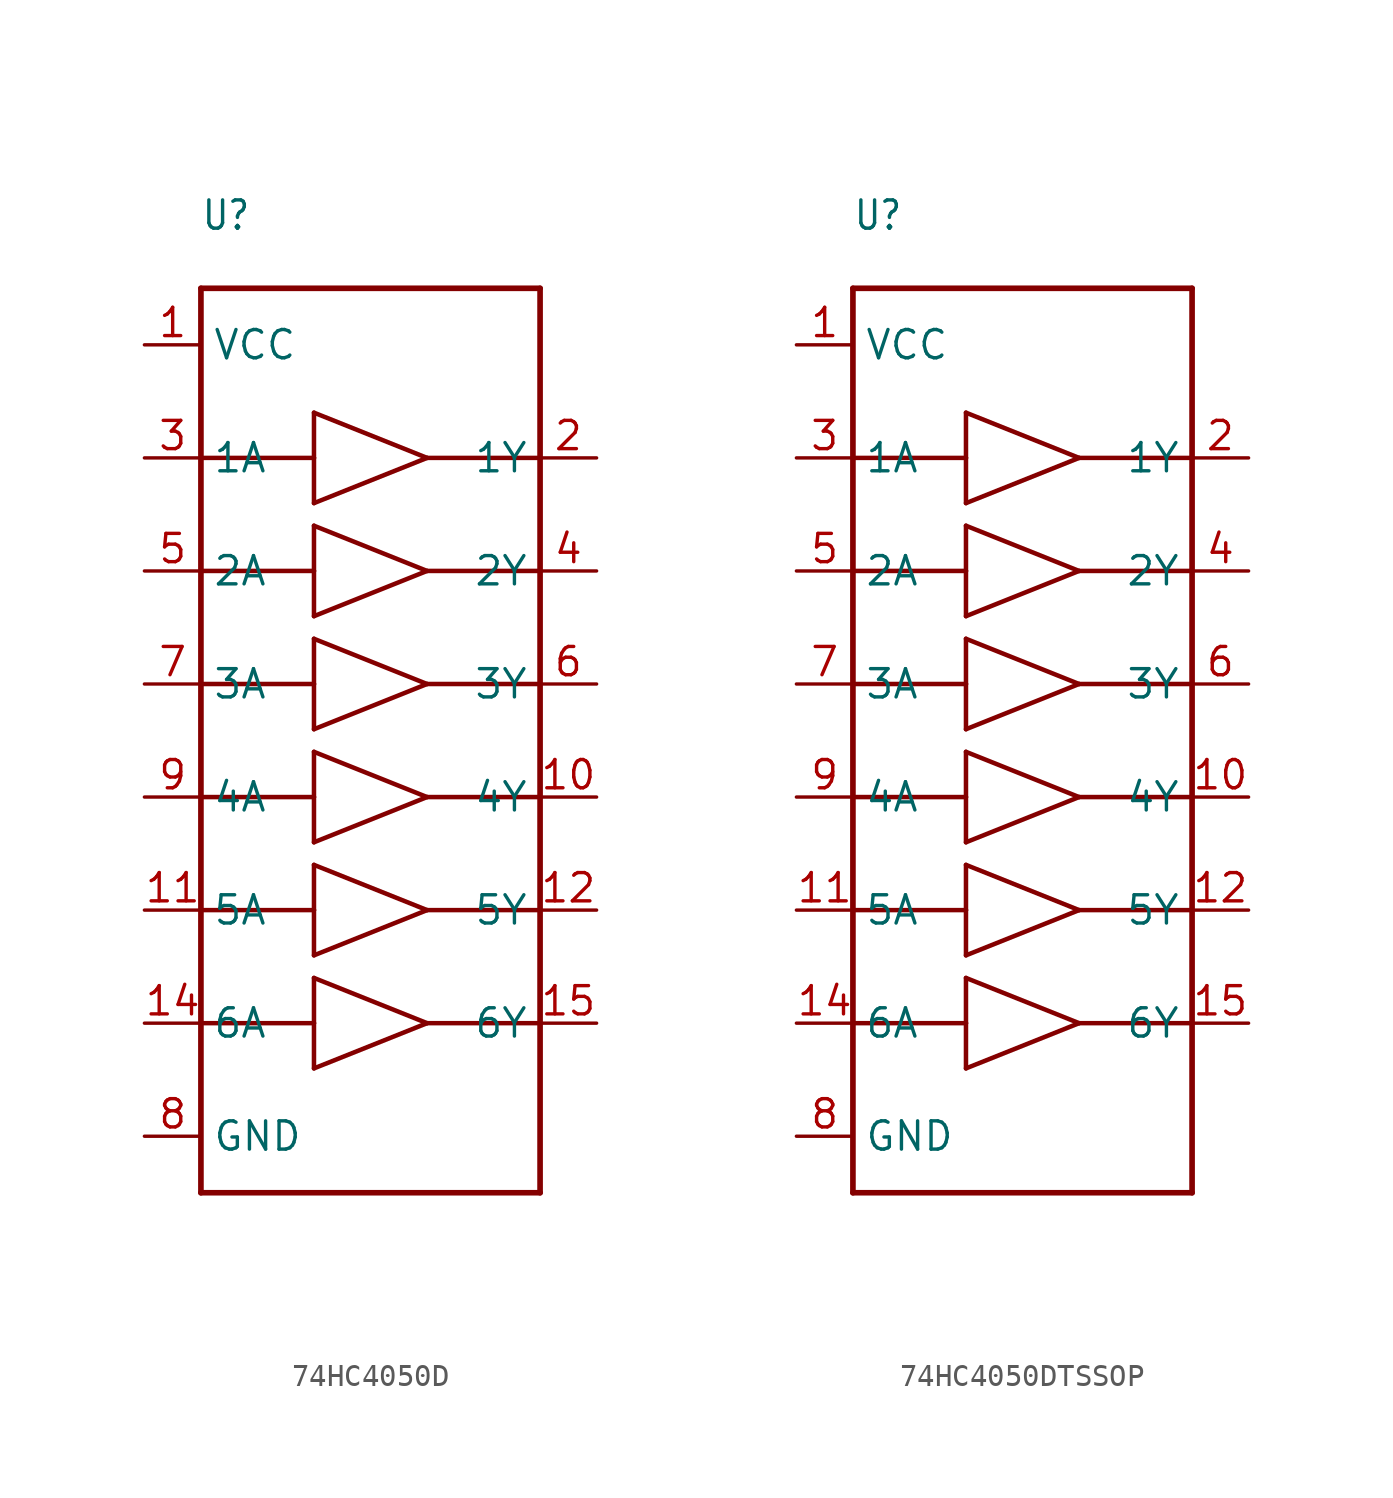
<source format=kicad_sym>
(kicad_symbol_lib
  (version 20231120)
  (generator "kicad_symbol_editor")
  (generator_version "8.0")
  (symbol "74HC4050D"
    (property "Reference" "U"
      (at -7.62 22.86 0)
      (effects (font (size 1.27 1.079)) (justify left bottom)))
    (property "Value" ""
      (at -7.62 -22.86 0)
      (effects (font (size 1.27 1.079)) (justify left bottom)))
    (property "ki_locked" ""
      (at 0 0 0)
      (effects (font (size 1.27 1.27))))
    (symbol "74HC4050D_1_0"
      (polyline (pts (xy -7.62 -20.32) (xy -7.62 20.32)) (stroke (width 0.254) (type solid)) (fill (type none)))
      (polyline (pts (xy -7.62 -12.7) (xy -2.54 -12.7)) (stroke (width 0.203) (type solid)) (fill (type none)))
      (polyline (pts (xy -7.62 -7.62) (xy -2.54 -7.62)) (stroke (width 0.203) (type solid)) (fill (type none)))
      (polyline (pts (xy -7.62 -2.54) (xy -2.54 -2.54)) (stroke (width 0.203) (type solid)) (fill (type none)))
      (polyline (pts (xy -7.62 2.54) (xy -2.54 2.54)) (stroke (width 0.203) (type solid)) (fill (type none)))
      (polyline (pts (xy -7.62 7.62) (xy -2.54 7.62)) (stroke (width 0.203) (type solid)) (fill (type none)))
      (polyline (pts (xy -7.62 12.7) (xy -2.54 12.7)) (stroke (width 0.203) (type solid)) (fill (type none)))
      (polyline (pts (xy -7.62 20.32) (xy 7.62 20.32)) (stroke (width 0.254) (type solid)) (fill (type none)))
      (polyline (pts (xy -2.54 -14.732) (xy -2.54 -12.7)) (stroke (width 0.203) (type solid)) (fill (type none)))
      (polyline (pts (xy -2.54 -14.732) (xy 2.54 -12.7)) (stroke (width 0.203) (type solid)) (fill (type none)))
      (polyline (pts (xy -2.54 -12.7) (xy -2.54 -10.668)) (stroke (width 0.203) (type solid)) (fill (type none)))
      (polyline (pts (xy -2.54 -9.652) (xy -2.54 -7.62)) (stroke (width 0.203) (type solid)) (fill (type none)))
      (polyline (pts (xy -2.54 -9.652) (xy 2.54 -7.62)) (stroke (width 0.203) (type solid)) (fill (type none)))
      (polyline (pts (xy -2.54 -7.62) (xy -2.54 -5.588)) (stroke (width 0.203) (type solid)) (fill (type none)))
      (polyline (pts (xy -2.54 -4.572) (xy -2.54 -2.54)) (stroke (width 0.203) (type solid)) (fill (type none)))
      (polyline (pts (xy -2.54 -4.572) (xy 2.54 -2.54)) (stroke (width 0.203) (type solid)) (fill (type none)))
      (polyline (pts (xy -2.54 -2.54) (xy -2.54 -0.508)) (stroke (width 0.203) (type solid)) (fill (type none)))
      (polyline (pts (xy -2.54 0.508) (xy -2.54 2.54)) (stroke (width 0.203) (type solid)) (fill (type none)))
      (polyline (pts (xy -2.54 0.508) (xy 2.54 2.54)) (stroke (width 0.203) (type solid)) (fill (type none)))
      (polyline (pts (xy -2.54 2.54) (xy -2.54 4.572)) (stroke (width 0.203) (type solid)) (fill (type none)))
      (polyline (pts (xy -2.54 5.588) (xy -2.54 7.62)) (stroke (width 0.203) (type solid)) (fill (type none)))
      (polyline (pts (xy -2.54 5.588) (xy 2.54 7.62)) (stroke (width 0.203) (type solid)) (fill (type none)))
      (polyline (pts (xy -2.54 7.62) (xy -2.54 9.652)) (stroke (width 0.203) (type solid)) (fill (type none)))
      (polyline (pts (xy -2.54 10.668) (xy -2.54 12.7)) (stroke (width 0.203) (type solid)) (fill (type none)))
      (polyline (pts (xy -2.54 10.668) (xy 2.54 12.7)) (stroke (width 0.203) (type solid)) (fill (type none)))
      (polyline (pts (xy -2.54 12.7) (xy -2.54 14.732)) (stroke (width 0.203) (type solid)) (fill (type none)))
      (polyline (pts (xy 2.54 -12.7) (xy -2.54 -10.668)) (stroke (width 0.203) (type solid)) (fill (type none)))
      (polyline (pts (xy 2.54 -12.7) (xy 7.62 -12.7)) (stroke (width 0.203) (type solid)) (fill (type none)))
      (polyline (pts (xy 2.54 -7.62) (xy -2.54 -5.588)) (stroke (width 0.203) (type solid)) (fill (type none)))
      (polyline (pts (xy 2.54 -7.62) (xy 7.62 -7.62)) (stroke (width 0.203) (type solid)) (fill (type none)))
      (polyline (pts (xy 2.54 -2.54) (xy -2.54 -0.508)) (stroke (width 0.203) (type solid)) (fill (type none)))
      (polyline (pts (xy 2.54 -2.54) (xy 7.62 -2.54)) (stroke (width 0.203) (type solid)) (fill (type none)))
      (polyline (pts (xy 2.54 2.54) (xy -2.54 4.572)) (stroke (width 0.203) (type solid)) (fill (type none)))
      (polyline (pts (xy 2.54 2.54) (xy 7.62 2.54)) (stroke (width 0.203) (type solid)) (fill (type none)))
      (polyline (pts (xy 2.54 7.62) (xy -2.54 9.652)) (stroke (width 0.203) (type solid)) (fill (type none)))
      (polyline (pts (xy 2.54 7.62) (xy 7.62 7.62)) (stroke (width 0.203) (type solid)) (fill (type none)))
      (polyline (pts (xy 2.54 12.7) (xy -2.54 14.732)) (stroke (width 0.203) (type solid)) (fill (type none)))
      (polyline (pts (xy 2.54 12.7) (xy 7.62 12.7)) (stroke (width 0.203) (type solid)) (fill (type none)))
      (polyline (pts (xy 7.62 -20.32) (xy -7.62 -20.32)) (stroke (width 0.254) (type solid)) (fill (type none)))
      (polyline (pts (xy 7.62 12.7) (xy 7.62 -20.32)) (stroke (width 0.254) (type solid)) (fill (type none)))
      (polyline (pts (xy 7.62 20.32) (xy 7.62 12.7)) (stroke (width 0.254) (type solid)) (fill (type none)))
      (pin bidirectional line (at -10.16 17.78 0) (length 2.54) (name "VCC" (effects (font (size 1.27 1.27)))) (number "1" (effects (font (size 1.27 1.27)))))
      (pin bidirectional line (at 10.16 -2.54 180) (length 2.54) (name "4Y" (effects (font (size 1.27 1.27)))) (number "10" (effects (font (size 1.27 1.27)))))
      (pin bidirectional line (at -10.16 -7.62 0) (length 2.54) (name "5A" (effects (font (size 1.27 1.27)))) (number "11" (effects (font (size 1.27 1.27)))))
      (pin bidirectional line (at 10.16 -7.62 180) (length 2.54) (name "5Y" (effects (font (size 1.27 1.27)))) (number "12" (effects (font (size 1.27 1.27)))))
      (pin bidirectional line (at -10.16 -12.7 0) (length 2.54) (name "6A" (effects (font (size 1.27 1.27)))) (number "14" (effects (font (size 1.27 1.27)))))
      (pin bidirectional line (at 10.16 -12.7 180) (length 2.54) (name "6Y" (effects (font (size 1.27 1.27)))) (number "15" (effects (font (size 1.27 1.27)))))
      (pin bidirectional line (at 10.16 12.7 180) (length 2.54) (name "1Y" (effects (font (size 1.27 1.27)))) (number "2" (effects (font (size 1.27 1.27)))))
      (pin bidirectional line (at -10.16 12.7 0) (length 2.54) (name "1A" (effects (font (size 1.27 1.27)))) (number "3" (effects (font (size 1.27 1.27)))))
      (pin bidirectional line (at 10.16 7.62 180) (length 2.54) (name "2Y" (effects (font (size 1.27 1.27)))) (number "4" (effects (font (size 1.27 1.27)))))
      (pin bidirectional line (at -10.16 7.62 0) (length 2.54) (name "2A" (effects (font (size 1.27 1.27)))) (number "5" (effects (font (size 1.27 1.27)))))
      (pin bidirectional line (at 10.16 2.54 180) (length 2.54) (name "3Y" (effects (font (size 1.27 1.27)))) (number "6" (effects (font (size 1.27 1.27)))))
      (pin bidirectional line (at -10.16 2.54 0) (length 2.54) (name "3A" (effects (font (size 1.27 1.27)))) (number "7" (effects (font (size 1.27 1.27)))))
      (pin bidirectional line (at -10.16 -17.78 0) (length 2.54) (name "GND" (effects (font (size 1.27 1.27)))) (number "8" (effects (font (size 1.27 1.27)))))
      (pin bidirectional line (at -10.16 -2.54 0) (length 2.54) (name "4A" (effects (font (size 1.27 1.27)))) (number "9" (effects (font (size 1.27 1.27)))))))
  (symbol "74HC4050DTSSOP"
    (property "Reference" "U"
      (at -7.62 22.86 0)
      (effects (font (size 1.27 1.079)) (justify left bottom)))
    (property "Value" ""
      (at -7.62 -22.86 0)
      (effects (font (size 1.27 1.079)) (justify left bottom)))
    (property "ki_locked" ""
      (at 0 0 0)
      (effects (font (size 1.27 1.27))))
    (symbol "74HC4050DTSSOP_1_0"
      (polyline (pts (xy -7.62 -20.32) (xy -7.62 20.32)) (stroke (width 0.254) (type solid)) (fill (type none)))
      (polyline (pts (xy -7.62 -12.7) (xy -2.54 -12.7)) (stroke (width 0.203) (type solid)) (fill (type none)))
      (polyline (pts (xy -7.62 -7.62) (xy -2.54 -7.62)) (stroke (width 0.203) (type solid)) (fill (type none)))
      (polyline (pts (xy -7.62 -2.54) (xy -2.54 -2.54)) (stroke (width 0.203) (type solid)) (fill (type none)))
      (polyline (pts (xy -7.62 2.54) (xy -2.54 2.54)) (stroke (width 0.203) (type solid)) (fill (type none)))
      (polyline (pts (xy -7.62 7.62) (xy -2.54 7.62)) (stroke (width 0.203) (type solid)) (fill (type none)))
      (polyline (pts (xy -7.62 12.7) (xy -2.54 12.7)) (stroke (width 0.203) (type solid)) (fill (type none)))
      (polyline (pts (xy -7.62 20.32) (xy 7.62 20.32)) (stroke (width 0.254) (type solid)) (fill (type none)))
      (polyline (pts (xy -2.54 -14.732) (xy -2.54 -12.7)) (stroke (width 0.203) (type solid)) (fill (type none)))
      (polyline (pts (xy -2.54 -14.732) (xy 2.54 -12.7)) (stroke (width 0.203) (type solid)) (fill (type none)))
      (polyline (pts (xy -2.54 -12.7) (xy -2.54 -10.668)) (stroke (width 0.203) (type solid)) (fill (type none)))
      (polyline (pts (xy -2.54 -9.652) (xy -2.54 -7.62)) (stroke (width 0.203) (type solid)) (fill (type none)))
      (polyline (pts (xy -2.54 -9.652) (xy 2.54 -7.62)) (stroke (width 0.203) (type solid)) (fill (type none)))
      (polyline (pts (xy -2.54 -7.62) (xy -2.54 -5.588)) (stroke (width 0.203) (type solid)) (fill (type none)))
      (polyline (pts (xy -2.54 -4.572) (xy -2.54 -2.54)) (stroke (width 0.203) (type solid)) (fill (type none)))
      (polyline (pts (xy -2.54 -4.572) (xy 2.54 -2.54)) (stroke (width 0.203) (type solid)) (fill (type none)))
      (polyline (pts (xy -2.54 -2.54) (xy -2.54 -0.508)) (stroke (width 0.203) (type solid)) (fill (type none)))
      (polyline (pts (xy -2.54 0.508) (xy -2.54 2.54)) (stroke (width 0.203) (type solid)) (fill (type none)))
      (polyline (pts (xy -2.54 0.508) (xy 2.54 2.54)) (stroke (width 0.203) (type solid)) (fill (type none)))
      (polyline (pts (xy -2.54 2.54) (xy -2.54 4.572)) (stroke (width 0.203) (type solid)) (fill (type none)))
      (polyline (pts (xy -2.54 5.588) (xy -2.54 7.62)) (stroke (width 0.203) (type solid)) (fill (type none)))
      (polyline (pts (xy -2.54 5.588) (xy 2.54 7.62)) (stroke (width 0.203) (type solid)) (fill (type none)))
      (polyline (pts (xy -2.54 7.62) (xy -2.54 9.652)) (stroke (width 0.203) (type solid)) (fill (type none)))
      (polyline (pts (xy -2.54 10.668) (xy -2.54 12.7)) (stroke (width 0.203) (type solid)) (fill (type none)))
      (polyline (pts (xy -2.54 10.668) (xy 2.54 12.7)) (stroke (width 0.203) (type solid)) (fill (type none)))
      (polyline (pts (xy -2.54 12.7) (xy -2.54 14.732)) (stroke (width 0.203) (type solid)) (fill (type none)))
      (polyline (pts (xy 2.54 -12.7) (xy -2.54 -10.668)) (stroke (width 0.203) (type solid)) (fill (type none)))
      (polyline (pts (xy 2.54 -12.7) (xy 7.62 -12.7)) (stroke (width 0.203) (type solid)) (fill (type none)))
      (polyline (pts (xy 2.54 -7.62) (xy -2.54 -5.588)) (stroke (width 0.203) (type solid)) (fill (type none)))
      (polyline (pts (xy 2.54 -7.62) (xy 7.62 -7.62)) (stroke (width 0.203) (type solid)) (fill (type none)))
      (polyline (pts (xy 2.54 -2.54) (xy -2.54 -0.508)) (stroke (width 0.203) (type solid)) (fill (type none)))
      (polyline (pts (xy 2.54 -2.54) (xy 7.62 -2.54)) (stroke (width 0.203) (type solid)) (fill (type none)))
      (polyline (pts (xy 2.54 2.54) (xy -2.54 4.572)) (stroke (width 0.203) (type solid)) (fill (type none)))
      (polyline (pts (xy 2.54 2.54) (xy 7.62 2.54)) (stroke (width 0.203) (type solid)) (fill (type none)))
      (polyline (pts (xy 2.54 7.62) (xy -2.54 9.652)) (stroke (width 0.203) (type solid)) (fill (type none)))
      (polyline (pts (xy 2.54 7.62) (xy 7.62 7.62)) (stroke (width 0.203) (type solid)) (fill (type none)))
      (polyline (pts (xy 2.54 12.7) (xy -2.54 14.732)) (stroke (width 0.203) (type solid)) (fill (type none)))
      (polyline (pts (xy 2.54 12.7) (xy 7.62 12.7)) (stroke (width 0.203) (type solid)) (fill (type none)))
      (polyline (pts (xy 7.62 -20.32) (xy -7.62 -20.32)) (stroke (width 0.254) (type solid)) (fill (type none)))
      (polyline (pts (xy 7.62 12.7) (xy 7.62 -20.32)) (stroke (width 0.254) (type solid)) (fill (type none)))
      (polyline (pts (xy 7.62 20.32) (xy 7.62 12.7)) (stroke (width 0.254) (type solid)) (fill (type none)))
      (pin bidirectional line (at -10.16 17.78 0) (length 2.54) (name "VCC" (effects (font (size 1.27 1.27)))) (number "1" (effects (font (size 1.27 1.27)))))
      (pin bidirectional line (at 10.16 -2.54 180) (length 2.54) (name "4Y" (effects (font (size 1.27 1.27)))) (number "10" (effects (font (size 1.27 1.27)))))
      (pin bidirectional line (at -10.16 -7.62 0) (length 2.54) (name "5A" (effects (font (size 1.27 1.27)))) (number "11" (effects (font (size 1.27 1.27)))))
      (pin bidirectional line (at 10.16 -7.62 180) (length 2.54) (name "5Y" (effects (font (size 1.27 1.27)))) (number "12" (effects (font (size 1.27 1.27)))))
      (pin bidirectional line (at -10.16 -12.7 0) (length 2.54) (name "6A" (effects (font (size 1.27 1.27)))) (number "14" (effects (font (size 1.27 1.27)))))
      (pin bidirectional line (at 10.16 -12.7 180) (length 2.54) (name "6Y" (effects (font (size 1.27 1.27)))) (number "15" (effects (font (size 1.27 1.27)))))
      (pin bidirectional line (at 10.16 12.7 180) (length 2.54) (name "1Y" (effects (font (size 1.27 1.27)))) (number "2" (effects (font (size 1.27 1.27)))))
      (pin bidirectional line (at -10.16 12.7 0) (length 2.54) (name "1A" (effects (font (size 1.27 1.27)))) (number "3" (effects (font (size 1.27 1.27)))))
      (pin bidirectional line (at 10.16 7.62 180) (length 2.54) (name "2Y" (effects (font (size 1.27 1.27)))) (number "4" (effects (font (size 1.27 1.27)))))
      (pin bidirectional line (at -10.16 7.62 0) (length 2.54) (name "2A" (effects (font (size 1.27 1.27)))) (number "5" (effects (font (size 1.27 1.27)))))
      (pin bidirectional line (at 10.16 2.54 180) (length 2.54) (name "3Y" (effects (font (size 1.27 1.27)))) (number "6" (effects (font (size 1.27 1.27)))))
      (pin bidirectional line (at -10.16 2.54 0) (length 2.54) (name "3A" (effects (font (size 1.27 1.27)))) (number "7" (effects (font (size 1.27 1.27)))))
      (pin bidirectional line (at -10.16 -17.78 0) (length 2.54) (name "GND" (effects (font (size 1.27 1.27)))) (number "8" (effects (font (size 1.27 1.27)))))
      (pin bidirectional line (at -10.16 -2.54 0) (length 2.54) (name "4A" (effects (font (size 1.27 1.27)))) (number "9" (effects (font (size 1.27 1.27))))))))
</source>
